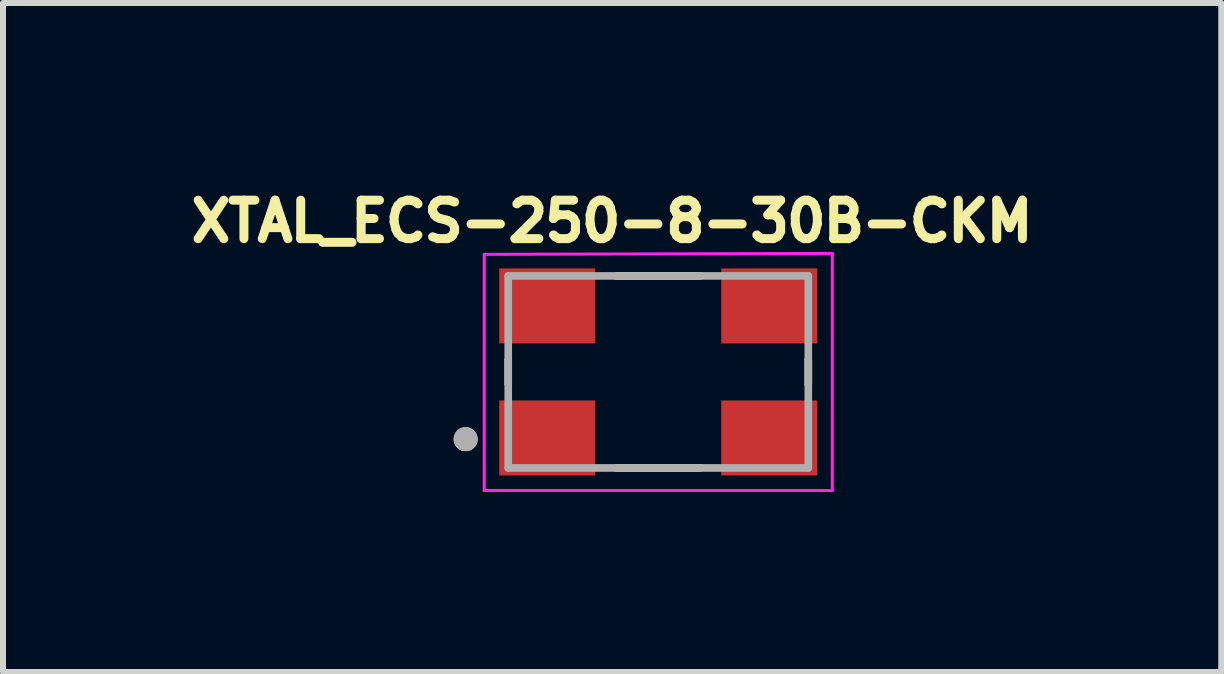
<source format=kicad_pcb>
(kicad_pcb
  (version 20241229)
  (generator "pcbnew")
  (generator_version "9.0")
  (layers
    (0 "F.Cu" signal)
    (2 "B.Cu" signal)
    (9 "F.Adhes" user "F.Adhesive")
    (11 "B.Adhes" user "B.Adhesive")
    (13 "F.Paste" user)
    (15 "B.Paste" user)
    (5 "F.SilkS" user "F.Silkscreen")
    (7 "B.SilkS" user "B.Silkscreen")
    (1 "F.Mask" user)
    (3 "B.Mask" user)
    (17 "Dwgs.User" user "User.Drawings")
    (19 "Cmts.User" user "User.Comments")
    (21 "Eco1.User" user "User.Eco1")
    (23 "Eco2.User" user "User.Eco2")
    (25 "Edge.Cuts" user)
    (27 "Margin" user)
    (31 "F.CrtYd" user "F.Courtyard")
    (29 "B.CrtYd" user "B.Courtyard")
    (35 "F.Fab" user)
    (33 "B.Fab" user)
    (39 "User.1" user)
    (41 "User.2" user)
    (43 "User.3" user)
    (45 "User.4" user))
  (footprint "XTAL_ECS-250-8-30B-CKM"
    (layer "F.Cu")
    (at 7.919 3.148)
    (property "Reference" "XTAL_ECS-250-8-30B-CKM" (at -0.769 -2.51 0) (layer "F.SilkS") (effects (font (size 0.641 0.641) (thickness 0.15))))
    (attr smd)
    (fp_line (start -2.5 0.2) (end -2.5 -0.2) (stroke (width 0.127) (type solid)) (layer "F.SilkS"))
    (fp_line (start -0.7 1.6) (end 0.7 1.6) (stroke (width 0.127) (type solid)) (layer "F.SilkS"))
    (fp_line (start 0.7 -1.6) (end -0.7 -1.6) (stroke (width 0.127) (type solid)) (layer "F.SilkS"))
    (fp_line (start 2.5 0.2) (end 2.5 -0.2) (stroke (width 0.127) (type solid)) (layer "F.SilkS"))
    (fp_circle (center -3.21 1.12) (end -3.11 1.12) (stroke (width 0.2) (type solid)) (fill no) (layer "F.SilkS"))
    (fp_line (start -2.9 -1.96) (end -2.9 1.975) (stroke (width 0.05) (type solid)) (layer "F.CrtYd"))
    (fp_line (start -2.9 1.975) (end 2.9 1.975) (stroke (width 0.05) (type solid)) (layer "F.CrtYd"))
    (fp_line (start 2.9 -1.975) (end -2.9 -1.96) (stroke (width 0.05) (type solid)) (layer "F.CrtYd"))
    (fp_line (start 2.9 1.975) (end 2.9 -1.975) (stroke (width 0.05) (type solid)) (layer "F.CrtYd"))
    (fp_line (start -2.5 -1.6) (end -2.5 1.6) (stroke (width 0.127) (type solid)) (layer "F.Fab"))
    (fp_line (start -2.5 1.6) (end 2.5 1.6) (stroke (width 0.127) (type solid)) (layer "F.Fab"))
    (fp_line (start 2.5 -1.6) (end -2.5 -1.6) (stroke (width 0.127) (type solid)) (layer "F.Fab"))
    (fp_line (start 2.5 1.6) (end 2.5 -1.6) (stroke (width 0.127) (type solid)) (layer "F.Fab"))
    (fp_circle (center -3.21 1.12) (end -3.11 1.12) (stroke (width 0.2) (type solid)) (fill no) (layer "F.Fab"))
    (pad "1" smd rect (at -1.85 1.1) (size 1.6 1.25) (layers "F.Cu" "F.Mask" "F.Paste"))
    (pad "2" smd rect (at 1.85 1.1) (size 1.6 1.25) (layers "F.Cu" "F.Mask" "F.Paste"))
    (pad "3" smd rect (at 1.85 -1.1) (size 1.6 1.25) (layers "F.Cu" "F.Mask" "F.Paste"))
    (pad "4" smd rect (at -1.85 -1.1) (size 1.6 1.25) (layers "F.Cu" "F.Mask" "F.Paste")))
  (gr_rect
    (start -3 -3)
    (end 17.301 8.148)
    (stroke (width 0.1) (type default))
    (fill no)
    (layer "Edge.Cuts")))
</source>
